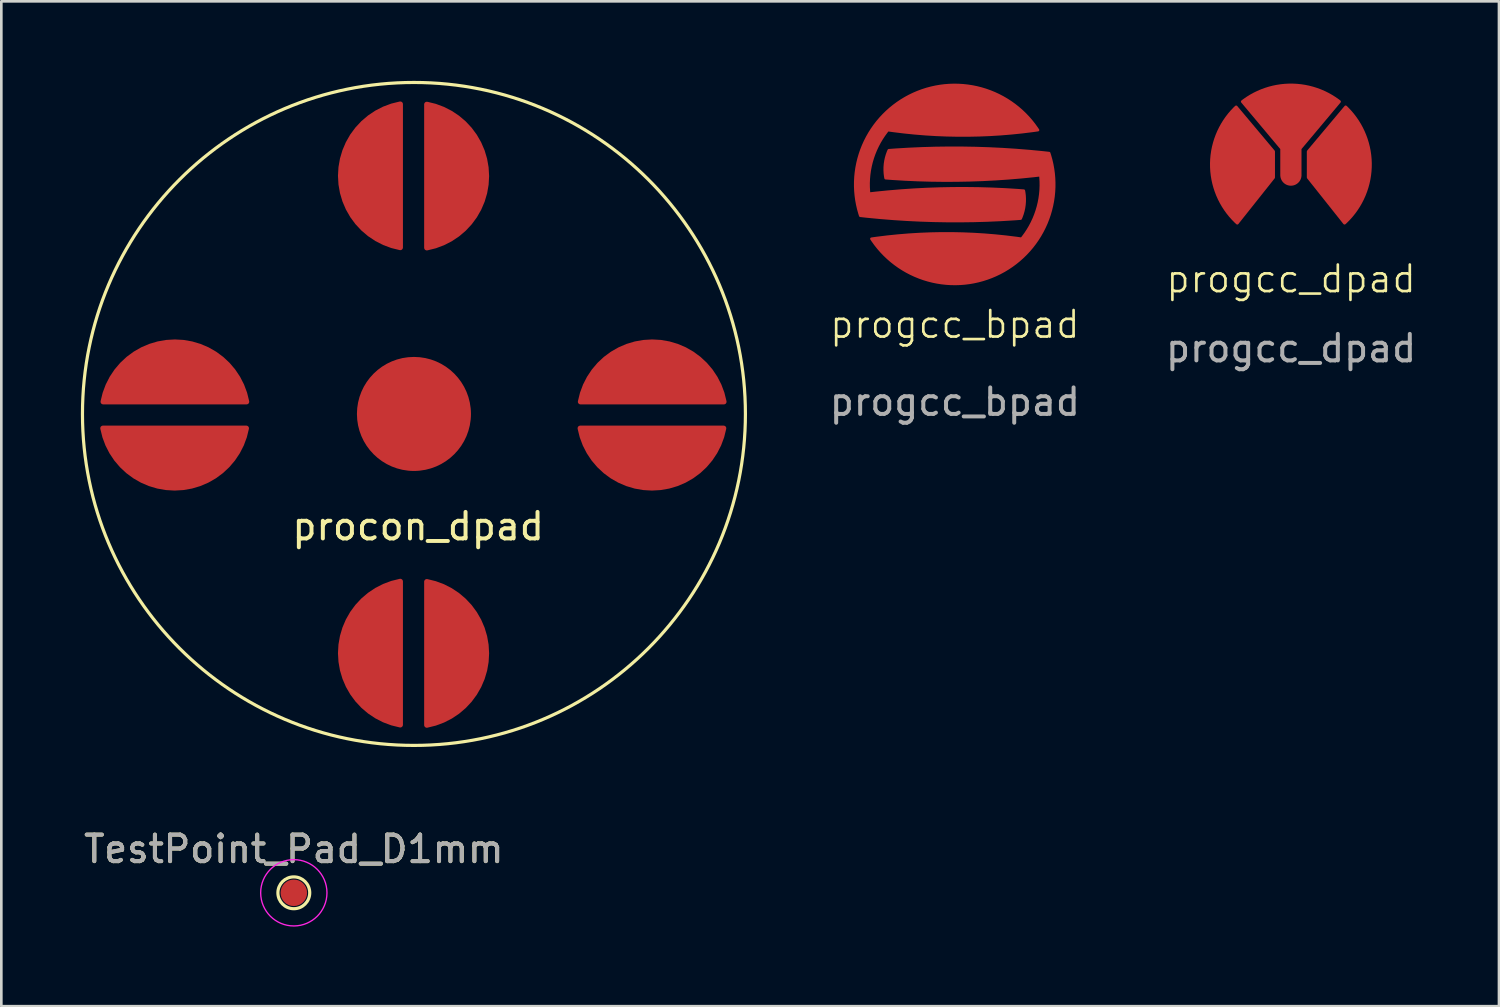
<source format=kicad_pcb>
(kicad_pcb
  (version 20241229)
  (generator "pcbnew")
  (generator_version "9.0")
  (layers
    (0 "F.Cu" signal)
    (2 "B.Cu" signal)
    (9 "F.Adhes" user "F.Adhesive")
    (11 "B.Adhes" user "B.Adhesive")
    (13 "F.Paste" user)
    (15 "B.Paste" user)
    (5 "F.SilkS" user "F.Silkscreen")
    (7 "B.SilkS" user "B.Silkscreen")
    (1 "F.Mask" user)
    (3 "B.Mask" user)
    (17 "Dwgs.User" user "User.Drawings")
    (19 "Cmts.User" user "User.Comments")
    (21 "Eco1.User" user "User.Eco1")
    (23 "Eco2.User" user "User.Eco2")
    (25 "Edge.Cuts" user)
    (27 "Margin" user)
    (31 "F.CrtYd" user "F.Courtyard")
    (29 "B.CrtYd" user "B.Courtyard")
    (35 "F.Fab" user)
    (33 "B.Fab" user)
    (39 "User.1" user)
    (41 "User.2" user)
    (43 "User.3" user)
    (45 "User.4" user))
  (footprint "progcc_dpad"
    (layer "F.Cu")
    (at 45.638 3.15)
    (property "Reference" "progcc_dpad" (at 0 4.318 0) (unlocked yes) (layer "F.SilkS") (effects (font (size 1 1) (thickness 0.1))))
    (fp_circle (center 0 0) (end 3.1 0) (stroke (width 0.1) (type solid)) (fill yes) (layer "F.Mask"))
    (fp_text user "${REFERENCE}" (at 0 6.936 0) (unlocked yes) (layer "F.Fab") (effects (font (size 1 1) (thickness 0.15))))
    (pad "1" smd custom (at -2.134 0 270) (size 0.95 1.7) (layers "F.Cu") (options (anchor rect)) (primitives (gr_poly (pts (arc (start -2.173508 -0.061447) (mid 0.032297 0.873858) (end 2.219479 -0.104203)) (xy 0.494 -1.476) (xy -0.488 -1.476) (arc (start -2.173508 -0.061447) (mid 0.032297 0.873858) (end 2.219479 -0.104203))) (width 0.1) (fill yes))))
    (pad "1" smd custom (at 2.134 0 270) (size 0.95 1.7) (layers "F.Cu") (options (anchor rect)) (primitives (gr_poly (pts (arc (start -2.173508 0.076647) (mid 0.032297 -0.858658) (end 2.219479 0.119403)) (xy 0.494 1.491) (xy -0.488 1.491) (arc (start -2.173508 0.076647) (mid 0.032297 -0.858658) (end 2.219479 0.119403))) (width 0.1) (fill yes))))
    (pad "2" smd custom (at 0 -2.388 270) (size 0.95 1.7) (layers "F.Cu") (options (anchor rect)) (primitives (gr_poly (pts (arc (start 2.7907 0.3576) (mid 3.1407 0.0076) (end 2.7907 -0.3424)) (xy 2.391 -0.342) (xy 1.791 -0.342) (arc (start 0.018768 -1.829228) (mid -0.6093 0.0076) (end 0.018768 1.844428)) (xy 1.791 0.358) (xy 2.391 0.358)) (width 0.1) (fill yes)))))
  (footprint "TestPoint_Pad_D1mm"
    (layer "F.Cu")
    (at 8.03 30.618)
    (property "Reference" "TestPoint_Pad_D1mm" (at 0 -1.648 0) (layer "F.SilkS") (effects (font (size 1 1) (thickness 0.15))))
    (attr exclude_from_pos_files)
    (fp_circle (center 0 0) (end 0.6 0) (stroke (width 0.12) (type solid)) (fill no) (layer "F.SilkS"))
    (fp_circle (center 0 0) (end 1.25 0) (stroke (width 0.05) (type solid)) (fill no) (layer "F.CrtYd"))
    (fp_text user "${REFERENCE}" (at 0 -1.65 0) (layer "F.Fab") (effects (font (size 1 1) (thickness 0.15))))
    (pad "1" smd circle (at 0 0) (size 1 1) (layers "F.Cu" "F.Mask")))
  (footprint "progcc_bpad"
    (layer "F.Cu")
    (at 32.959 3.9)
    (property "Reference" "progcc_bpad" (at 0 5.283 0) (unlocked yes) (layer "F.SilkS") (effects (font (size 1 1) (thickness 0.1))))
    (attr exclude_from_pos_files exclude_from_bom allow_soldermask_bridges)
    (fp_poly (pts (arc (start -3.146309 2.055) (mid 1.622312 3.382913) (end 3.553263 -1.175)) (arc (start 3.553263 -1.175) (mid 0.533431 -1.369901) (end -2.491415 -1.282247)) (arc (start -2.491415 -1.282247) (mid -2.632291 -0.76614) (end -2.611119 -0.231575)) (arc (start -2.611119 -0.231575) (mid 0.309601 -0.147643) (end 3.224854 -0.345)) (arc (start 3.224854 -0.345) (mid 3.110531 0.926001) (end 2.515659 2.055)) (arc (start 2.515659 2.055) (mid -0.315325 1.852599) (end -3.146309 2.055))) (stroke (width 0.1) (type solid)) (fill yes) (layer "F.Cu"))
    (fp_poly (pts (arc (start 2.598629 0.241575) (mid -0.322091 0.157642) (end -3.237344 0.355)) (arc (start -3.237344 0.355) (mid -3.123011 -0.915997) (end -2.528149 -2.045)) (arc (start -2.528149 -2.045) (mid 0.302835 -1.8426) (end 3.133819 -2.045)) (arc (start 3.133819 -2.045) (mid -1.634808 -3.372911) (end -3.565754 1.185)) (arc (start -3.565754 1.185) (mid -0.545922 1.379902) (end 2.478924 1.292246)) (arc (start 2.478924 1.292246) (mid 2.619811 0.776143) (end 2.598629 0.241575))) (stroke (width 0.1) (type solid)) (fill yes) (layer "F.Cu"))
    (fp_circle (center 0 0) (end 3.85 0) (stroke (width 0.1) (type solid)) (fill yes) (layer "F.Mask"))
    (fp_text user "${REFERENCE}" (at 0 8.204 0) (unlocked yes) (layer "F.Fab") (effects (font (size 1 1) (thickness 0.15))))
    (pad "1" smd rect (at 0 2.794 270) (size 0.95 1.7) (layers "F.Cu"))
    (pad "2" smd rect (at 0 -2.743 270) (size 0.95 1.7) (layers "F.Cu")))
  (footprint "procon_dpad"
    (layer "F.Cu")
    (at 12.56 12.56)
    (property "Reference" "procon_dpad" (at 0.16 4.24 0) (layer "F.SilkS") (effects (font (size 1 1) (thickness 0.15))))
    (attr exclude_from_pos_files exclude_from_bom)
    (fp_circle (center 0 0) (end 12.5 0) (stroke (width 0.12) (type solid)) (fill no) (layer "F.SilkS"))
    (pad "" smd circle (at -9.02 0.03) (size 5.7 5.7) (layers "F.Mask"))
    (pad "" smd circle (at -0.03 9.03) (size 5.7 5.7) (layers "F.Mask"))
    (pad "" smd circle (at 0 -8.98) (size 5.7 5.7) (layers "F.Mask"))
    (pad "" smd circle (at 0 0 180) (size 4.3 4.3) (layers "F.Cu"))
    (pad "" smd circle (at 8.98 0.03) (size 5.7 5.7) (layers "F.Mask"))
    (pad "D1" smd custom (at -1.515 9.02 90) (size 1.524 1.524) (layers "F.Cu" "F.Mask" "F.Paste") (options (anchor circle)) (primitives (gr_arc (start -2.703585 0.997763) (mid -0.001262 -1.249839) (end 2.703123 0.995282) (width 0.2)) (gr_line (start -2.704 1) (end 2.704 1) (width 0.2)) (gr_poly (pts (xy -2.704 1) (xy 2.704 1) (xy 1.678 -0.678) (xy 0 -1.25) (xy -1.678 -0.678)) (width 0.2) (fill yes))))
    (pad "D2" smd custom (at 1.485 9.03 270) (size 1.524 1.524) (layers "F.Cu" "F.Mask" "F.Paste") (options (anchor circle)) (primitives (gr_arc (start -2.703585 0.997763) (mid -0.001262 -1.249839) (end 2.703123 0.995282) (width 0.2)) (gr_line (start -2.704 1) (end 2.704 1) (width 0.2)) (gr_poly (pts (xy -2.704 1) (xy 2.704 1) (xy 1.678 -0.678) (xy 0 -1.25) (xy -1.678 -0.678)) (width 0.2) (fill yes))))
    (pad "L1" smd custom (at -9.015 -1.46) (size 1.524 1.524) (layers "F.Cu" "F.Mask" "F.Paste") (options (anchor circle)) (primitives (gr_arc (start -2.703585 0.997763) (mid -0.001262 -1.249839) (end 2.703123 0.995282) (width 0.2)) (gr_line (start -2.704 1) (end 2.704 1) (width 0.2)) (gr_poly (pts (xy -2.704 1) (xy 2.704 1) (xy 1.678 -0.678) (xy 0 -1.25) (xy -1.678 -0.678)) (width 0.2) (fill yes))))
    (pad "L2" smd custom (at -9.025 1.54 180) (size 1.524 1.524) (layers "F.Cu" "F.Mask" "F.Paste") (options (anchor circle)) (primitives (gr_arc (start -2.703585 0.997763) (mid -0.001262 -1.249839) (end 2.703123 0.995282) (width 0.2)) (gr_line (start -2.704 1) (end 2.704 1) (width 0.2)) (gr_poly (pts (xy -2.704 1) (xy 2.704 1) (xy 1.678 -0.678) (xy 0 -1.25) (xy -1.678 -0.678)) (width 0.2) (fill yes))))
    (pad "R1" smd custom (at 8.985 -1.46) (size 1.524 1.524) (layers "F.Cu" "F.Mask" "F.Paste") (options (anchor circle)) (primitives (gr_arc (start -2.703585 0.997763) (mid -0.001262 -1.249839) (end 2.703123 0.995282) (width 0.2)) (gr_line (start -2.704 1) (end 2.704 1) (width 0.2)) (gr_poly (pts (xy -2.704 1) (xy 2.704 1) (xy 1.678 -0.678) (xy 0 -1.25) (xy -1.678 -0.678)) (width 0.2) (fill yes))))
    (pad "R2" smd custom (at 8.975 1.54 180) (size 1.524 1.524) (layers "F.Cu" "F.Mask" "F.Paste") (options (anchor circle)) (primitives (gr_arc (start -2.703585 0.997763) (mid -0.001262 -1.249839) (end 2.703123 0.995282) (width 0.2)) (gr_line (start -2.704 1) (end 2.704 1) (width 0.2)) (gr_poly (pts (xy -2.704 1) (xy 2.704 1) (xy 1.678 -0.678) (xy 0 -1.25) (xy -1.678 -0.678)) (width 0.2) (fill yes))))
    (pad "U1" smd custom (at -1.515 -8.98 90) (size 1.524 1.524) (layers "F.Cu" "F.Mask" "F.Paste") (options (anchor circle)) (primitives (gr_arc (start -2.703585 0.997763) (mid -0.001262 -1.249839) (end 2.703123 0.995282) (width 0.2)) (gr_line (start -2.704 1) (end 2.704 1) (width 0.2)) (gr_poly (pts (xy -2.704 1) (xy 2.704 1) (xy 1.678 -0.678) (xy 0 -1.25) (xy -1.678 -0.678)) (width 0.2) (fill yes))))
    (pad "U2" smd custom (at 1.485 -8.97 270) (size 1.524 1.524) (layers "F.Cu" "F.Mask" "F.Paste") (options (anchor circle)) (primitives (gr_arc (start -2.703585 0.997763) (mid -0.001262 -1.249839) (end 2.703123 0.995282) (width 0.2)) (gr_line (start -2.704 1) (end 2.704 1) (width 0.2)) (gr_poly (pts (xy -2.704 1) (xy 2.704 1) (xy 1.678 -0.678) (xy 0 -1.25) (xy -1.678 -0.678)) (width 0.2) (fill yes)))))
  (gr_rect
    (start -3 -3)
    (end 53.477 34.893)
    (stroke (width 0.1) (type default))
    (fill no)
    (layer "Edge.Cuts")))
</source>
